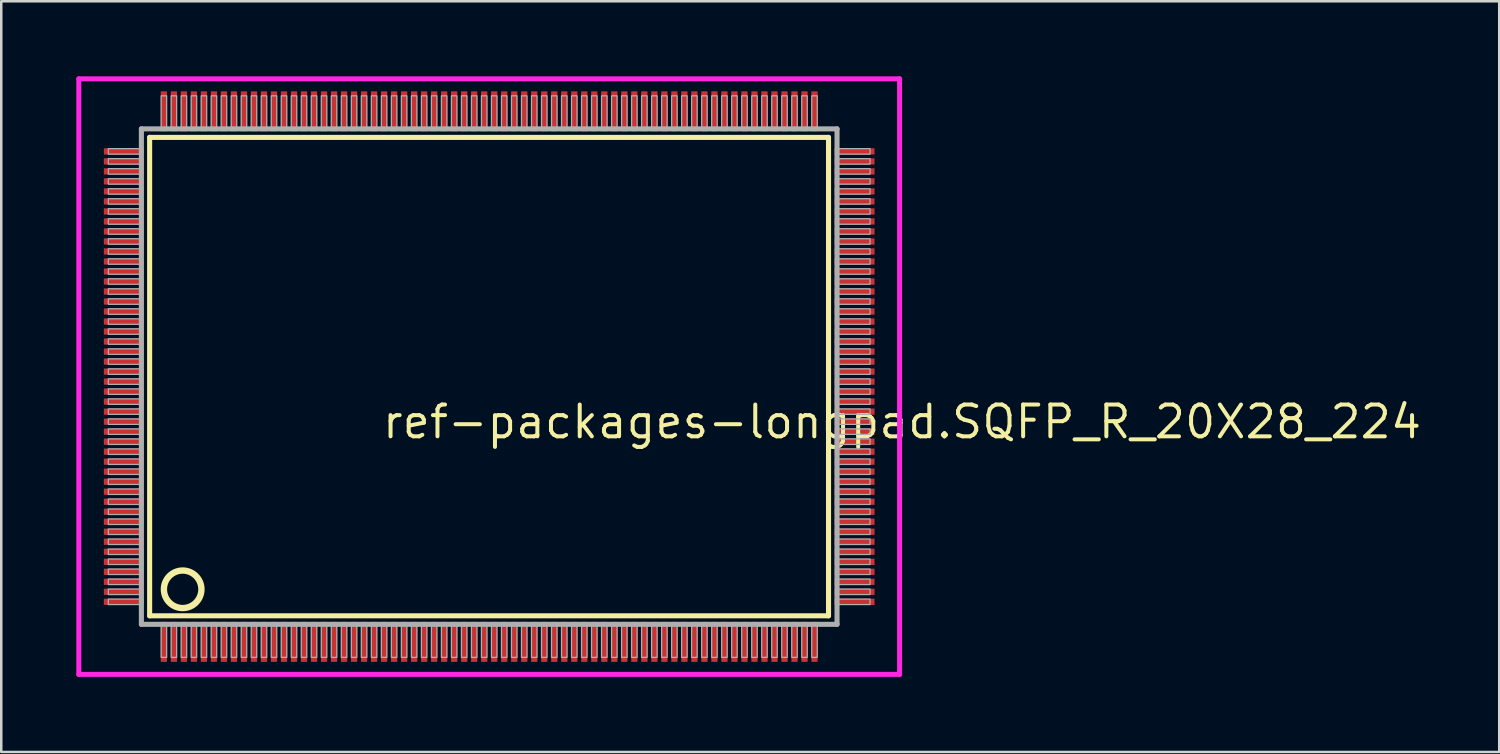
<source format=kicad_pcb>
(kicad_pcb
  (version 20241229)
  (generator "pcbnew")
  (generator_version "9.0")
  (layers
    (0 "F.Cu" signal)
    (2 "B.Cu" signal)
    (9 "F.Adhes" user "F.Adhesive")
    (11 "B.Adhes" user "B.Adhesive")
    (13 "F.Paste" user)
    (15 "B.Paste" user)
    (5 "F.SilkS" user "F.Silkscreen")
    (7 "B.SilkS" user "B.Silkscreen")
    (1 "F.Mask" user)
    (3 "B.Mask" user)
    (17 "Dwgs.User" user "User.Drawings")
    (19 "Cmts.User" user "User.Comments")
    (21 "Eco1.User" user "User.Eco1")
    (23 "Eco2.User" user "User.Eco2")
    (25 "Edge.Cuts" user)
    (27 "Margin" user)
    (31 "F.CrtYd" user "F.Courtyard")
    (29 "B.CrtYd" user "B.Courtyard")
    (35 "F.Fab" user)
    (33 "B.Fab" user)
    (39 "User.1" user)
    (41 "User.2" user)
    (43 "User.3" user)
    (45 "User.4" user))
  (footprint "ref-packages-longpad.SQFP_R_20X28_224"
    (layer "F.Cu")
    (at 16.5 12)
    (property "Reference" "ref-packages-longpad.SQFP_R_20X28_224" (at -4.35 2.55 0) (layer "F.SilkS") (effects (font (size 1.27 1.27) (thickness 0.16)) (justify left bottom)))
    (attr smd)
    (fp_line (start -13.57 -9.56) (end 13.56 -9.56) (stroke (width 0.203) (type default)) (layer "F.SilkS"))
    (fp_line (start -13.57 9.56) (end -13.57 -9.56) (stroke (width 0.203) (type default)) (layer "F.SilkS"))
    (fp_line (start 13.56 -9.56) (end 13.56 9.56) (stroke (width 0.203) (type default)) (layer "F.SilkS"))
    (fp_line (start 13.56 9.56) (end -13.57 9.56) (stroke (width 0.203) (type default)) (layer "F.SilkS"))
    (fp_circle (center -12.25 8.5) (end -11.5 8.5) (stroke (width 0.254) (type default)) (fill no) (layer "F.SilkS"))
    (fp_line (start -16.4 -11.9) (end 16.4 -11.9) (stroke (width 0.2) (type default)) (layer "F.CrtYd"))
    (fp_line (start -16.4 11.9) (end -16.4 -11.9) (stroke (width 0.2) (type default)) (layer "F.CrtYd"))
    (fp_line (start 16.4 -11.9) (end 16.4 11.9) (stroke (width 0.2) (type default)) (layer "F.CrtYd"))
    (fp_line (start 16.4 11.9) (end -16.4 11.9) (stroke (width 0.2) (type default)) (layer "F.CrtYd"))
    (fp_line (start -13.9 -9.9) (end -13.9 9.9) (stroke (width 0.203) (type default)) (layer "F.Fab"))
    (fp_line (start -13.9 9.9) (end 13.9 9.9) (stroke (width 0.203) (type default)) (layer "F.Fab"))
    (fp_line (start 13.9 -9.9) (end -13.9 -9.9) (stroke (width 0.203) (type default)) (layer "F.Fab"))
    (fp_line (start 13.9 9.9) (end 13.9 -9.9) (stroke (width 0.203) (type default)) (layer "F.Fab"))
    (fp_rect (start -15.22 -8.89) (end -13.95 -9.11) (stroke (width 0.05) (type default)) (fill no) (layer "F.Fab"))
    (fp_rect (start -15.22 -8.49) (end -13.95 -8.71) (stroke (width 0.05) (type default)) (fill no) (layer "F.Fab"))
    (fp_rect (start -15.22 -8.09) (end -13.95 -8.31) (stroke (width 0.05) (type default)) (fill no) (layer "F.Fab"))
    (fp_rect (start -15.22 -7.69) (end -13.95 -7.91) (stroke (width 0.05) (type default)) (fill no) (layer "F.Fab"))
    (fp_rect (start -15.22 -7.29) (end -13.95 -7.51) (stroke (width 0.05) (type default)) (fill no) (layer "F.Fab"))
    (fp_rect (start -15.22 -6.89) (end -13.95 -7.11) (stroke (width 0.05) (type default)) (fill no) (layer "F.Fab"))
    (fp_rect (start -15.22 -6.49) (end -13.95 -6.71) (stroke (width 0.05) (type default)) (fill no) (layer "F.Fab"))
    (fp_rect (start -15.22 -6.09) (end -13.95 -6.31) (stroke (width 0.05) (type default)) (fill no) (layer "F.Fab"))
    (fp_rect (start -15.22 -5.69) (end -13.95 -5.91) (stroke (width 0.05) (type default)) (fill no) (layer "F.Fab"))
    (fp_rect (start -15.22 -5.29) (end -13.95 -5.51) (stroke (width 0.05) (type default)) (fill no) (layer "F.Fab"))
    (fp_rect (start -15.22 -4.89) (end -13.95 -5.11) (stroke (width 0.05) (type default)) (fill no) (layer "F.Fab"))
    (fp_rect (start -15.22 -4.49) (end -13.95 -4.71) (stroke (width 0.05) (type default)) (fill no) (layer "F.Fab"))
    (fp_rect (start -15.22 -4.09) (end -13.95 -4.31) (stroke (width 0.05) (type default)) (fill no) (layer "F.Fab"))
    (fp_rect (start -15.22 -3.69) (end -13.95 -3.91) (stroke (width 0.05) (type default)) (fill no) (layer "F.Fab"))
    (fp_rect (start -15.22 -3.29) (end -13.95 -3.51) (stroke (width 0.05) (type default)) (fill no) (layer "F.Fab"))
    (fp_rect (start -15.22 -2.89) (end -13.95 -3.11) (stroke (width 0.05) (type default)) (fill no) (layer "F.Fab"))
    (fp_rect (start -15.22 -2.49) (end -13.95 -2.71) (stroke (width 0.05) (type default)) (fill no) (layer "F.Fab"))
    (fp_rect (start -15.22 -2.09) (end -13.95 -2.31) (stroke (width 0.05) (type default)) (fill no) (layer "F.Fab"))
    (fp_rect (start -15.22 -1.69) (end -13.95 -1.91) (stroke (width 0.05) (type default)) (fill no) (layer "F.Fab"))
    (fp_rect (start -15.22 -1.29) (end -13.95 -1.51) (stroke (width 0.05) (type default)) (fill no) (layer "F.Fab"))
    (fp_rect (start -15.22 -0.89) (end -13.95 -1.11) (stroke (width 0.05) (type default)) (fill no) (layer "F.Fab"))
    (fp_rect (start -15.22 -0.49) (end -13.95 -0.71) (stroke (width 0.05) (type default)) (fill no) (layer "F.Fab"))
    (fp_rect (start -15.22 -0.09) (end -13.95 -0.31) (stroke (width 0.05) (type default)) (fill no) (layer "F.Fab"))
    (fp_rect (start -15.22 0.31) (end -13.95 0.09) (stroke (width 0.05) (type default)) (fill no) (layer "F.Fab"))
    (fp_rect (start -15.22 0.71) (end -13.95 0.49) (stroke (width 0.05) (type default)) (fill no) (layer "F.Fab"))
    (fp_rect (start -15.22 1.11) (end -13.95 0.89) (stroke (width 0.05) (type default)) (fill no) (layer "F.Fab"))
    (fp_rect (start -15.22 1.51) (end -13.95 1.29) (stroke (width 0.05) (type default)) (fill no) (layer "F.Fab"))
    (fp_rect (start -15.22 1.91) (end -13.95 1.69) (stroke (width 0.05) (type default)) (fill no) (layer "F.Fab"))
    (fp_rect (start -15.22 2.31) (end -13.95 2.09) (stroke (width 0.05) (type default)) (fill no) (layer "F.Fab"))
    (fp_rect (start -15.22 2.71) (end -13.95 2.49) (stroke (width 0.05) (type default)) (fill no) (layer "F.Fab"))
    (fp_rect (start -15.22 3.11) (end -13.95 2.89) (stroke (width 0.05) (type default)) (fill no) (layer "F.Fab"))
    (fp_rect (start -15.22 3.51) (end -13.95 3.29) (stroke (width 0.05) (type default)) (fill no) (layer "F.Fab"))
    (fp_rect (start -15.22 3.91) (end -13.95 3.69) (stroke (width 0.05) (type default)) (fill no) (layer "F.Fab"))
    (fp_rect (start -15.22 4.31) (end -13.95 4.09) (stroke (width 0.05) (type default)) (fill no) (layer "F.Fab"))
    (fp_rect (start -15.22 4.71) (end -13.95 4.49) (stroke (width 0.05) (type default)) (fill no) (layer "F.Fab"))
    (fp_rect (start -15.22 5.11) (end -13.95 4.89) (stroke (width 0.05) (type default)) (fill no) (layer "F.Fab"))
    (fp_rect (start -15.22 5.51) (end -13.95 5.29) (stroke (width 0.05) (type default)) (fill no) (layer "F.Fab"))
    (fp_rect (start -15.22 5.91) (end -13.95 5.69) (stroke (width 0.05) (type default)) (fill no) (layer "F.Fab"))
    (fp_rect (start -15.22 6.31) (end -13.95 6.09) (stroke (width 0.05) (type default)) (fill no) (layer "F.Fab"))
    (fp_rect (start -15.22 6.71) (end -13.95 6.49) (stroke (width 0.05) (type default)) (fill no) (layer "F.Fab"))
    (fp_rect (start -15.22 7.11) (end -13.95 6.89) (stroke (width 0.05) (type default)) (fill no) (layer "F.Fab"))
    (fp_rect (start -15.22 7.51) (end -13.95 7.29) (stroke (width 0.05) (type default)) (fill no) (layer "F.Fab"))
    (fp_rect (start -15.22 7.91) (end -13.95 7.69) (stroke (width 0.05) (type default)) (fill no) (layer "F.Fab"))
    (fp_rect (start -15.22 8.31) (end -13.95 8.09) (stroke (width 0.05) (type default)) (fill no) (layer "F.Fab"))
    (fp_rect (start -15.22 8.71) (end -13.95 8.49) (stroke (width 0.05) (type default)) (fill no) (layer "F.Fab"))
    (fp_rect (start -15.22 9.11) (end -13.95 8.89) (stroke (width 0.05) (type default)) (fill no) (layer "F.Fab"))
    (fp_rect (start -13.11 -9.93) (end -12.89 -11.22) (stroke (width 0.05) (type default)) (fill no) (layer "F.Fab"))
    (fp_rect (start -13.11 11.22) (end -12.89 9.93) (stroke (width 0.05) (type default)) (fill no) (layer "F.Fab"))
    (fp_rect (start -12.71 -9.93) (end -12.49 -11.22) (stroke (width 0.05) (type default)) (fill no) (layer "F.Fab"))
    (fp_rect (start -12.71 11.22) (end -12.49 9.93) (stroke (width 0.05) (type default)) (fill no) (layer "F.Fab"))
    (fp_rect (start -12.31 -9.93) (end -12.09 -11.22) (stroke (width 0.05) (type default)) (fill no) (layer "F.Fab"))
    (fp_rect (start -12.31 11.22) (end -12.09 9.93) (stroke (width 0.05) (type default)) (fill no) (layer "F.Fab"))
    (fp_rect (start -11.91 -9.93) (end -11.69 -11.22) (stroke (width 0.05) (type default)) (fill no) (layer "F.Fab"))
    (fp_rect (start -11.91 11.22) (end -11.69 9.93) (stroke (width 0.05) (type default)) (fill no) (layer "F.Fab"))
    (fp_rect (start -11.51 -9.93) (end -11.29 -11.22) (stroke (width 0.05) (type default)) (fill no) (layer "F.Fab"))
    (fp_rect (start -11.51 11.22) (end -11.29 9.93) (stroke (width 0.05) (type default)) (fill no) (layer "F.Fab"))
    (fp_rect (start -11.11 -9.93) (end -10.89 -11.22) (stroke (width 0.05) (type default)) (fill no) (layer "F.Fab"))
    (fp_rect (start -11.11 11.22) (end -10.89 9.93) (stroke (width 0.05) (type default)) (fill no) (layer "F.Fab"))
    (fp_rect (start -10.71 -9.93) (end -10.49 -11.22) (stroke (width 0.05) (type default)) (fill no) (layer "F.Fab"))
    (fp_rect (start -10.71 11.22) (end -10.49 9.93) (stroke (width 0.05) (type default)) (fill no) (layer "F.Fab"))
    (fp_rect (start -10.31 -9.93) (end -10.09 -11.22) (stroke (width 0.05) (type default)) (fill no) (layer "F.Fab"))
    (fp_rect (start -10.31 11.22) (end -10.09 9.93) (stroke (width 0.05) (type default)) (fill no) (layer "F.Fab"))
    (fp_rect (start -9.91 -9.93) (end -9.69 -11.22) (stroke (width 0.05) (type default)) (fill no) (layer "F.Fab"))
    (fp_rect (start -9.91 11.22) (end -9.69 9.93) (stroke (width 0.05) (type default)) (fill no) (layer "F.Fab"))
    (fp_rect (start -9.51 -9.93) (end -9.29 -11.22) (stroke (width 0.05) (type default)) (fill no) (layer "F.Fab"))
    (fp_rect (start -9.51 11.22) (end -9.29 9.93) (stroke (width 0.05) (type default)) (fill no) (layer "F.Fab"))
    (fp_rect (start -9.11 -9.93) (end -8.89 -11.22) (stroke (width 0.05) (type default)) (fill no) (layer "F.Fab"))
    (fp_rect (start -9.11 11.22) (end -8.89 9.93) (stroke (width 0.05) (type default)) (fill no) (layer "F.Fab"))
    (fp_rect (start -8.71 -9.93) (end -8.49 -11.22) (stroke (width 0.05) (type default)) (fill no) (layer "F.Fab"))
    (fp_rect (start -8.71 11.22) (end -8.49 9.93) (stroke (width 0.05) (type default)) (fill no) (layer "F.Fab"))
    (fp_rect (start -8.31 -9.93) (end -8.09 -11.22) (stroke (width 0.05) (type default)) (fill no) (layer "F.Fab"))
    (fp_rect (start -8.31 11.22) (end -8.09 9.93) (stroke (width 0.05) (type default)) (fill no) (layer "F.Fab"))
    (fp_rect (start -7.91 -9.93) (end -7.69 -11.22) (stroke (width 0.05) (type default)) (fill no) (layer "F.Fab"))
    (fp_rect (start -7.91 11.22) (end -7.69 9.93) (stroke (width 0.05) (type default)) (fill no) (layer "F.Fab"))
    (fp_rect (start -7.51 -9.93) (end -7.29 -11.22) (stroke (width 0.05) (type default)) (fill no) (layer "F.Fab"))
    (fp_rect (start -7.51 11.22) (end -7.29 9.93) (stroke (width 0.05) (type default)) (fill no) (layer "F.Fab"))
    (fp_rect (start -7.11 -9.93) (end -6.89 -11.22) (stroke (width 0.05) (type default)) (fill no) (layer "F.Fab"))
    (fp_rect (start -7.11 11.22) (end -6.89 9.93) (stroke (width 0.05) (type default)) (fill no) (layer "F.Fab"))
    (fp_rect (start -6.71 -9.93) (end -6.49 -11.22) (stroke (width 0.05) (type default)) (fill no) (layer "F.Fab"))
    (fp_rect (start -6.71 11.22) (end -6.49 9.93) (stroke (width 0.05) (type default)) (fill no) (layer "F.Fab"))
    (fp_rect (start -6.31 -9.93) (end -6.09 -11.22) (stroke (width 0.05) (type default)) (fill no) (layer "F.Fab"))
    (fp_rect (start -6.31 11.22) (end -6.09 9.93) (stroke (width 0.05) (type default)) (fill no) (layer "F.Fab"))
    (fp_rect (start -5.91 -9.93) (end -5.69 -11.22) (stroke (width 0.05) (type default)) (fill no) (layer "F.Fab"))
    (fp_rect (start -5.91 11.22) (end -5.69 9.93) (stroke (width 0.05) (type default)) (fill no) (layer "F.Fab"))
    (fp_rect (start -5.51 -9.93) (end -5.29 -11.22) (stroke (width 0.05) (type default)) (fill no) (layer "F.Fab"))
    (fp_rect (start -5.51 11.22) (end -5.29 9.93) (stroke (width 0.05) (type default)) (fill no) (layer "F.Fab"))
    (fp_rect (start -5.11 -9.93) (end -4.89 -11.22) (stroke (width 0.05) (type default)) (fill no) (layer "F.Fab"))
    (fp_rect (start -5.11 11.22) (end -4.89 9.93) (stroke (width 0.05) (type default)) (fill no) (layer "F.Fab"))
    (fp_rect (start -4.71 -9.93) (end -4.49 -11.22) (stroke (width 0.05) (type default)) (fill no) (layer "F.Fab"))
    (fp_rect (start -4.71 11.22) (end -4.49 9.93) (stroke (width 0.05) (type default)) (fill no) (layer "F.Fab"))
    (fp_rect (start -4.31 -9.93) (end -4.09 -11.22) (stroke (width 0.05) (type default)) (fill no) (layer "F.Fab"))
    (fp_rect (start -4.31 11.22) (end -4.09 9.93) (stroke (width 0.05) (type default)) (fill no) (layer "F.Fab"))
    (fp_rect (start -3.91 -9.93) (end -3.69 -11.22) (stroke (width 0.05) (type default)) (fill no) (layer "F.Fab"))
    (fp_rect (start -3.91 11.22) (end -3.69 9.93) (stroke (width 0.05) (type default)) (fill no) (layer "F.Fab"))
    (fp_rect (start -3.51 -9.93) (end -3.29 -11.22) (stroke (width 0.05) (type default)) (fill no) (layer "F.Fab"))
    (fp_rect (start -3.51 11.22) (end -3.29 9.93) (stroke (width 0.05) (type default)) (fill no) (layer "F.Fab"))
    (fp_rect (start -3.11 -9.93) (end -2.89 -11.22) (stroke (width 0.05) (type default)) (fill no) (layer "F.Fab"))
    (fp_rect (start -3.11 11.22) (end -2.89 9.93) (stroke (width 0.05) (type default)) (fill no) (layer "F.Fab"))
    (fp_rect (start -2.71 -9.93) (end -2.49 -11.22) (stroke (width 0.05) (type default)) (fill no) (layer "F.Fab"))
    (fp_rect (start -2.71 11.22) (end -2.49 9.93) (stroke (width 0.05) (type default)) (fill no) (layer "F.Fab"))
    (fp_rect (start -2.31 -9.93) (end -2.09 -11.22) (stroke (width 0.05) (type default)) (fill no) (layer "F.Fab"))
    (fp_rect (start -2.31 11.22) (end -2.09 9.93) (stroke (width 0.05) (type default)) (fill no) (layer "F.Fab"))
    (fp_rect (start -1.91 -9.93) (end -1.69 -11.22) (stroke (width 0.05) (type default)) (fill no) (layer "F.Fab"))
    (fp_rect (start -1.91 11.22) (end -1.69 9.93) (stroke (width 0.05) (type default)) (fill no) (layer "F.Fab"))
    (fp_rect (start -1.51 -9.93) (end -1.29 -11.22) (stroke (width 0.05) (type default)) (fill no) (layer "F.Fab"))
    (fp_rect (start -1.51 11.22) (end -1.29 9.93) (stroke (width 0.05) (type default)) (fill no) (layer "F.Fab"))
    (fp_rect (start -1.11 -9.93) (end -0.89 -11.22) (stroke (width 0.05) (type default)) (fill no) (layer "F.Fab"))
    (fp_rect (start -1.11 11.22) (end -0.89 9.93) (stroke (width 0.05) (type default)) (fill no) (layer "F.Fab"))
    (fp_rect (start -0.71 -9.93) (end -0.49 -11.22) (stroke (width 0.05) (type default)) (fill no) (layer "F.Fab"))
    (fp_rect (start -0.71 11.22) (end -0.49 9.93) (stroke (width 0.05) (type default)) (fill no) (layer "F.Fab"))
    (fp_rect (start -0.31 -9.93) (end -0.09 -11.22) (stroke (width 0.05) (type default)) (fill no) (layer "F.Fab"))
    (fp_rect (start -0.31 11.22) (end -0.09 9.93) (stroke (width 0.05) (type default)) (fill no) (layer "F.Fab"))
    (fp_rect (start 0.09 -9.93) (end 0.31 -11.22) (stroke (width 0.05) (type default)) (fill no) (layer "F.Fab"))
    (fp_rect (start 0.09 11.22) (end 0.31 9.93) (stroke (width 0.05) (type default)) (fill no) (layer "F.Fab"))
    (fp_rect (start 0.49 -9.93) (end 0.71 -11.22) (stroke (width 0.05) (type default)) (fill no) (layer "F.Fab"))
    (fp_rect (start 0.49 11.22) (end 0.71 9.93) (stroke (width 0.05) (type default)) (fill no) (layer "F.Fab"))
    (fp_rect (start 0.89 -9.93) (end 1.11 -11.22) (stroke (width 0.05) (type default)) (fill no) (layer "F.Fab"))
    (fp_rect (start 0.89 11.22) (end 1.11 9.93) (stroke (width 0.05) (type default)) (fill no) (layer "F.Fab"))
    (fp_rect (start 1.29 -9.93) (end 1.51 -11.22) (stroke (width 0.05) (type default)) (fill no) (layer "F.Fab"))
    (fp_rect (start 1.29 11.22) (end 1.51 9.93) (stroke (width 0.05) (type default)) (fill no) (layer "F.Fab"))
    (fp_rect (start 1.69 -9.93) (end 1.91 -11.22) (stroke (width 0.05) (type default)) (fill no) (layer "F.Fab"))
    (fp_rect (start 1.69 11.22) (end 1.91 9.93) (stroke (width 0.05) (type default)) (fill no) (layer "F.Fab"))
    (fp_rect (start 2.09 -9.93) (end 2.31 -11.22) (stroke (width 0.05) (type default)) (fill no) (layer "F.Fab"))
    (fp_rect (start 2.09 11.22) (end 2.31 9.93) (stroke (width 0.05) (type default)) (fill no) (layer "F.Fab"))
    (fp_rect (start 2.49 -9.93) (end 2.71 -11.22) (stroke (width 0.05) (type default)) (fill no) (layer "F.Fab"))
    (fp_rect (start 2.49 11.22) (end 2.71 9.93) (stroke (width 0.05) (type default)) (fill no) (layer "F.Fab"))
    (fp_rect (start 2.89 -9.93) (end 3.11 -11.22) (stroke (width 0.05) (type default)) (fill no) (layer "F.Fab"))
    (fp_rect (start 2.89 11.22) (end 3.11 9.93) (stroke (width 0.05) (type default)) (fill no) (layer "F.Fab"))
    (fp_rect (start 3.29 -9.93) (end 3.51 -11.22) (stroke (width 0.05) (type default)) (fill no) (layer "F.Fab"))
    (fp_rect (start 3.29 11.22) (end 3.51 9.93) (stroke (width 0.05) (type default)) (fill no) (layer "F.Fab"))
    (fp_rect (start 3.69 -9.93) (end 3.91 -11.22) (stroke (width 0.05) (type default)) (fill no) (layer "F.Fab"))
    (fp_rect (start 3.69 11.22) (end 3.91 9.93) (stroke (width 0.05) (type default)) (fill no) (layer "F.Fab"))
    (fp_rect (start 4.09 -9.93) (end 4.31 -11.22) (stroke (width 0.05) (type default)) (fill no) (layer "F.Fab"))
    (fp_rect (start 4.09 11.22) (end 4.31 9.93) (stroke (width 0.05) (type default)) (fill no) (layer "F.Fab"))
    (fp_rect (start 4.49 -9.93) (end 4.71 -11.22) (stroke (width 0.05) (type default)) (fill no) (layer "F.Fab"))
    (fp_rect (start 4.49 11.22) (end 4.71 9.93) (stroke (width 0.05) (type default)) (fill no) (layer "F.Fab"))
    (fp_rect (start 4.89 -9.93) (end 5.11 -11.22) (stroke (width 0.05) (type default)) (fill no) (layer "F.Fab"))
    (fp_rect (start 4.89 11.22) (end 5.11 9.93) (stroke (width 0.05) (type default)) (fill no) (layer "F.Fab"))
    (fp_rect (start 5.29 -9.93) (end 5.51 -11.22) (stroke (width 0.05) (type default)) (fill no) (layer "F.Fab"))
    (fp_rect (start 5.29 11.22) (end 5.51 9.93) (stroke (width 0.05) (type default)) (fill no) (layer "F.Fab"))
    (fp_rect (start 5.69 -9.93) (end 5.91 -11.22) (stroke (width 0.05) (type default)) (fill no) (layer "F.Fab"))
    (fp_rect (start 5.69 11.22) (end 5.91 9.93) (stroke (width 0.05) (type default)) (fill no) (layer "F.Fab"))
    (fp_rect (start 6.09 -9.93) (end 6.31 -11.22) (stroke (width 0.05) (type default)) (fill no) (layer "F.Fab"))
    (fp_rect (start 6.09 11.22) (end 6.31 9.93) (stroke (width 0.05) (type default)) (fill no) (layer "F.Fab"))
    (fp_rect (start 6.49 -9.93) (end 6.71 -11.22) (stroke (width 0.05) (type default)) (fill no) (layer "F.Fab"))
    (fp_rect (start 6.49 11.22) (end 6.71 9.93) (stroke (width 0.05) (type default)) (fill no) (layer "F.Fab"))
    (fp_rect (start 6.89 -9.93) (end 7.11 -11.22) (stroke (width 0.05) (type default)) (fill no) (layer "F.Fab"))
    (fp_rect (start 6.89 11.22) (end 7.11 9.93) (stroke (width 0.05) (type default)) (fill no) (layer "F.Fab"))
    (fp_rect (start 7.29 -9.93) (end 7.51 -11.22) (stroke (width 0.05) (type default)) (fill no) (layer "F.Fab"))
    (fp_rect (start 7.29 11.22) (end 7.51 9.93) (stroke (width 0.05) (type default)) (fill no) (layer "F.Fab"))
    (fp_rect (start 7.69 -9.93) (end 7.91 -11.22) (stroke (width 0.05) (type default)) (fill no) (layer "F.Fab"))
    (fp_rect (start 7.69 11.22) (end 7.91 9.93) (stroke (width 0.05) (type default)) (fill no) (layer "F.Fab"))
    (fp_rect (start 8.09 -9.93) (end 8.31 -11.22) (stroke (width 0.05) (type default)) (fill no) (layer "F.Fab"))
    (fp_rect (start 8.09 11.22) (end 8.31 9.93) (stroke (width 0.05) (type default)) (fill no) (layer "F.Fab"))
    (fp_rect (start 8.49 -9.93) (end 8.71 -11.22) (stroke (width 0.05) (type default)) (fill no) (layer "F.Fab"))
    (fp_rect (start 8.49 11.22) (end 8.71 9.93) (stroke (width 0.05) (type default)) (fill no) (layer "F.Fab"))
    (fp_rect (start 8.89 -9.93) (end 9.11 -11.22) (stroke (width 0.05) (type default)) (fill no) (layer "F.Fab"))
    (fp_rect (start 8.89 11.22) (end 9.11 9.93) (stroke (width 0.05) (type default)) (fill no) (layer "F.Fab"))
    (fp_rect (start 9.29 -9.93) (end 9.51 -11.22) (stroke (width 0.05) (type default)) (fill no) (layer "F.Fab"))
    (fp_rect (start 9.29 11.22) (end 9.51 9.93) (stroke (width 0.05) (type default)) (fill no) (layer "F.Fab"))
    (fp_rect (start 9.69 -9.93) (end 9.91 -11.22) (stroke (width 0.05) (type default)) (fill no) (layer "F.Fab"))
    (fp_rect (start 9.69 11.22) (end 9.91 9.93) (stroke (width 0.05) (type default)) (fill no) (layer "F.Fab"))
    (fp_rect (start 10.09 -9.93) (end 10.31 -11.22) (stroke (width 0.05) (type default)) (fill no) (layer "F.Fab"))
    (fp_rect (start 10.09 11.22) (end 10.31 9.93) (stroke (width 0.05) (type default)) (fill no) (layer "F.Fab"))
    (fp_rect (start 10.49 -9.93) (end 10.71 -11.22) (stroke (width 0.05) (type default)) (fill no) (layer "F.Fab"))
    (fp_rect (start 10.49 11.22) (end 10.71 9.93) (stroke (width 0.05) (type default)) (fill no) (layer "F.Fab"))
    (fp_rect (start 10.89 -9.93) (end 11.11 -11.22) (stroke (width 0.05) (type default)) (fill no) (layer "F.Fab"))
    (fp_rect (start 10.89 11.22) (end 11.11 9.93) (stroke (width 0.05) (type default)) (fill no) (layer "F.Fab"))
    (fp_rect (start 11.29 -9.93) (end 11.51 -11.22) (stroke (width 0.05) (type default)) (fill no) (layer "F.Fab"))
    (fp_rect (start 11.29 11.22) (end 11.51 9.93) (stroke (width 0.05) (type default)) (fill no) (layer "F.Fab"))
    (fp_rect (start 11.69 -9.93) (end 11.91 -11.22) (stroke (width 0.05) (type default)) (fill no) (layer "F.Fab"))
    (fp_rect (start 11.69 11.22) (end 11.91 9.93) (stroke (width 0.05) (type default)) (fill no) (layer "F.Fab"))
    (fp_rect (start 12.09 -9.93) (end 12.31 -11.22) (stroke (width 0.05) (type default)) (fill no) (layer "F.Fab"))
    (fp_rect (start 12.09 11.22) (end 12.31 9.93) (stroke (width 0.05) (type default)) (fill no) (layer "F.Fab"))
    (fp_rect (start 12.49 -9.93) (end 12.71 -11.22) (stroke (width 0.05) (type default)) (fill no) (layer "F.Fab"))
    (fp_rect (start 12.49 11.22) (end 12.71 9.93) (stroke (width 0.05) (type default)) (fill no) (layer "F.Fab"))
    (fp_rect (start 12.89 -9.93) (end 13.11 -11.22) (stroke (width 0.05) (type default)) (fill no) (layer "F.Fab"))
    (fp_rect (start 12.89 11.22) (end 13.11 9.93) (stroke (width 0.05) (type default)) (fill no) (layer "F.Fab"))
    (fp_rect (start 13.95 -8.89) (end 15.22 -9.11) (stroke (width 0.05) (type default)) (fill no) (layer "F.Fab"))
    (fp_rect (start 13.95 -8.49) (end 15.22 -8.71) (stroke (width 0.05) (type default)) (fill no) (layer "F.Fab"))
    (fp_rect (start 13.95 -8.09) (end 15.22 -8.31) (stroke (width 0.05) (type default)) (fill no) (layer "F.Fab"))
    (fp_rect (start 13.95 -7.69) (end 15.22 -7.91) (stroke (width 0.05) (type default)) (fill no) (layer "F.Fab"))
    (fp_rect (start 13.95 -7.29) (end 15.22 -7.51) (stroke (width 0.05) (type default)) (fill no) (layer "F.Fab"))
    (fp_rect (start 13.95 -6.89) (end 15.22 -7.11) (stroke (width 0.05) (type default)) (fill no) (layer "F.Fab"))
    (fp_rect (start 13.95 -6.49) (end 15.22 -6.71) (stroke (width 0.05) (type default)) (fill no) (layer "F.Fab"))
    (fp_rect (start 13.95 -6.09) (end 15.22 -6.31) (stroke (width 0.05) (type default)) (fill no) (layer "F.Fab"))
    (fp_rect (start 13.95 -5.69) (end 15.22 -5.91) (stroke (width 0.05) (type default)) (fill no) (layer "F.Fab"))
    (fp_rect (start 13.95 -5.29) (end 15.22 -5.51) (stroke (width 0.05) (type default)) (fill no) (layer "F.Fab"))
    (fp_rect (start 13.95 -4.89) (end 15.22 -5.11) (stroke (width 0.05) (type default)) (fill no) (layer "F.Fab"))
    (fp_rect (start 13.95 -4.49) (end 15.22 -4.71) (stroke (width 0.05) (type default)) (fill no) (layer "F.Fab"))
    (fp_rect (start 13.95 -4.09) (end 15.22 -4.31) (stroke (width 0.05) (type default)) (fill no) (layer "F.Fab"))
    (fp_rect (start 13.95 -3.69) (end 15.22 -3.91) (stroke (width 0.05) (type default)) (fill no) (layer "F.Fab"))
    (fp_rect (start 13.95 -3.29) (end 15.22 -3.51) (stroke (width 0.05) (type default)) (fill no) (layer "F.Fab"))
    (fp_rect (start 13.95 -2.89) (end 15.22 -3.11) (stroke (width 0.05) (type default)) (fill no) (layer "F.Fab"))
    (fp_rect (start 13.95 -2.49) (end 15.22 -2.71) (stroke (width 0.05) (type default)) (fill no) (layer "F.Fab"))
    (fp_rect (start 13.95 -2.09) (end 15.22 -2.31) (stroke (width 0.05) (type default)) (fill no) (layer "F.Fab"))
    (fp_rect (start 13.95 -1.69) (end 15.22 -1.91) (stroke (width 0.05) (type default)) (fill no) (layer "F.Fab"))
    (fp_rect (start 13.95 -1.29) (end 15.22 -1.51) (stroke (width 0.05) (type default)) (fill no) (layer "F.Fab"))
    (fp_rect (start 13.95 -0.89) (end 15.22 -1.11) (stroke (width 0.05) (type default)) (fill no) (layer "F.Fab"))
    (fp_rect (start 13.95 -0.49) (end 15.22 -0.71) (stroke (width 0.05) (type default)) (fill no) (layer "F.Fab"))
    (fp_rect (start 13.95 -0.09) (end 15.22 -0.31) (stroke (width 0.05) (type default)) (fill no) (layer "F.Fab"))
    (fp_rect (start 13.95 0.31) (end 15.22 0.09) (stroke (width 0.05) (type default)) (fill no) (layer "F.Fab"))
    (fp_rect (start 13.95 0.71) (end 15.22 0.49) (stroke (width 0.05) (type default)) (fill no) (layer "F.Fab"))
    (fp_rect (start 13.95 1.11) (end 15.22 0.89) (stroke (width 0.05) (type default)) (fill no) (layer "F.Fab"))
    (fp_rect (start 13.95 1.51) (end 15.22 1.29) (stroke (width 0.05) (type default)) (fill no) (layer "F.Fab"))
    (fp_rect (start 13.95 1.91) (end 15.22 1.69) (stroke (width 0.05) (type default)) (fill no) (layer "F.Fab"))
    (fp_rect (start 13.95 2.31) (end 15.22 2.09) (stroke (width 0.05) (type default)) (fill no) (layer "F.Fab"))
    (fp_rect (start 13.95 2.71) (end 15.22 2.49) (stroke (width 0.05) (type default)) (fill no) (layer "F.Fab"))
    (fp_rect (start 13.95 3.11) (end 15.22 2.89) (stroke (width 0.05) (type default)) (fill no) (layer "F.Fab"))
    (fp_rect (start 13.95 3.51) (end 15.22 3.29) (stroke (width 0.05) (type default)) (fill no) (layer "F.Fab"))
    (fp_rect (start 13.95 3.91) (end 15.22 3.69) (stroke (width 0.05) (type default)) (fill no) (layer "F.Fab"))
    (fp_rect (start 13.95 4.31) (end 15.22 4.09) (stroke (width 0.05) (type default)) (fill no) (layer "F.Fab"))
    (fp_rect (start 13.95 4.71) (end 15.22 4.49) (stroke (width 0.05) (type default)) (fill no) (layer "F.Fab"))
    (fp_rect (start 13.95 5.11) (end 15.22 4.89) (stroke (width 0.05) (type default)) (fill no) (layer "F.Fab"))
    (fp_rect (start 13.95 5.51) (end 15.22 5.29) (stroke (width 0.05) (type default)) (fill no) (layer "F.Fab"))
    (fp_rect (start 13.95 5.91) (end 15.22 5.69) (stroke (width 0.05) (type default)) (fill no) (layer "F.Fab"))
    (fp_rect (start 13.95 6.31) (end 15.22 6.09) (stroke (width 0.05) (type default)) (fill no) (layer "F.Fab"))
    (fp_rect (start 13.95 6.71) (end 15.22 6.49) (stroke (width 0.05) (type default)) (fill no) (layer "F.Fab"))
    (fp_rect (start 13.95 7.11) (end 15.22 6.89) (stroke (width 0.05) (type default)) (fill no) (layer "F.Fab"))
    (fp_rect (start 13.95 7.51) (end 15.22 7.29) (stroke (width 0.05) (type default)) (fill no) (layer "F.Fab"))
    (fp_rect (start 13.95 7.91) (end 15.22 7.69) (stroke (width 0.05) (type default)) (fill no) (layer "F.Fab"))
    (fp_rect (start 13.95 8.31) (end 15.22 8.09) (stroke (width 0.05) (type default)) (fill no) (layer "F.Fab"))
    (fp_rect (start 13.95 8.71) (end 15.22 8.49) (stroke (width 0.05) (type default)) (fill no) (layer "F.Fab"))
    (fp_rect (start 13.95 9.11) (end 15.22 8.89) (stroke (width 0.05) (type default)) (fill no) (layer "F.Fab"))
    (pad "1" smd roundrect (at -13 10.6) (size 0.25 1.6) (layers "F.Cu" "F.Mask" "F.Paste") (roundrect_rratio 0.01))
    (pad "2" smd roundrect (at -12.6 10.6) (size 0.25 1.6) (layers "F.Cu" "F.Mask" "F.Paste") (roundrect_rratio 0.01))
    (pad "3" smd roundrect (at -12.2 10.6) (size 0.25 1.6) (layers "F.Cu" "F.Mask" "F.Paste") (roundrect_rratio 0.01))
    (pad "4" smd roundrect (at -11.8 10.6) (size 0.25 1.6) (layers "F.Cu" "F.Mask" "F.Paste") (roundrect_rratio 0.01))
    (pad "5" smd roundrect (at -11.4 10.6) (size 0.25 1.6) (layers "F.Cu" "F.Mask" "F.Paste") (roundrect_rratio 0.01))
    (pad "6" smd roundrect (at -11 10.6) (size 0.25 1.6) (layers "F.Cu" "F.Mask" "F.Paste") (roundrect_rratio 0.01))
    (pad "7" smd roundrect (at -10.6 10.6) (size 0.25 1.6) (layers "F.Cu" "F.Mask" "F.Paste") (roundrect_rratio 0.01))
    (pad "8" smd roundrect (at -10.2 10.6) (size 0.25 1.6) (layers "F.Cu" "F.Mask" "F.Paste") (roundrect_rratio 0.01))
    (pad "9" smd roundrect (at -9.8 10.6) (size 0.25 1.6) (layers "F.Cu" "F.Mask" "F.Paste") (roundrect_rratio 0.01))
    (pad "10" smd roundrect (at -9.4 10.6) (size 0.25 1.6) (layers "F.Cu" "F.Mask" "F.Paste") (roundrect_rratio 0.01))
    (pad "11" smd roundrect (at -9 10.6) (size 0.25 1.6) (layers "F.Cu" "F.Mask" "F.Paste") (roundrect_rratio 0.01))
    (pad "12" smd roundrect (at -8.6 10.6) (size 0.25 1.6) (layers "F.Cu" "F.Mask" "F.Paste") (roundrect_rratio 0.01))
    (pad "13" smd roundrect (at -8.2 10.6) (size 0.25 1.6) (layers "F.Cu" "F.Mask" "F.Paste") (roundrect_rratio 0.01))
    (pad "14" smd roundrect (at -7.8 10.6) (size 0.25 1.6) (layers "F.Cu" "F.Mask" "F.Paste") (roundrect_rratio 0.01))
    (pad "15" smd roundrect (at -7.4 10.6) (size 0.25 1.6) (layers "F.Cu" "F.Mask" "F.Paste") (roundrect_rratio 0.01))
    (pad "16" smd roundrect (at -7 10.6) (size 0.25 1.6) (layers "F.Cu" "F.Mask" "F.Paste") (roundrect_rratio 0.01))
    (pad "17" smd roundrect (at -6.6 10.6) (size 0.25 1.6) (layers "F.Cu" "F.Mask" "F.Paste") (roundrect_rratio 0.01))
    (pad "18" smd roundrect (at -6.2 10.6) (size 0.25 1.6) (layers "F.Cu" "F.Mask" "F.Paste") (roundrect_rratio 0.01))
    (pad "19" smd roundrect (at -5.8 10.6) (size 0.25 1.6) (layers "F.Cu" "F.Mask" "F.Paste") (roundrect_rratio 0.01))
    (pad "20" smd roundrect (at -5.4 10.6) (size 0.25 1.6) (layers "F.Cu" "F.Mask" "F.Paste") (roundrect_rratio 0.01))
    (pad "21" smd roundrect (at -5 10.6) (size 0.25 1.6) (layers "F.Cu" "F.Mask" "F.Paste") (roundrect_rratio 0.01))
    (pad "22" smd roundrect (at -4.6 10.6) (size 0.25 1.6) (layers "F.Cu" "F.Mask" "F.Paste") (roundrect_rratio 0.01))
    (pad "23" smd roundrect (at -4.2 10.6) (size 0.25 1.6) (layers "F.Cu" "F.Mask" "F.Paste") (roundrect_rratio 0.01))
    (pad "24" smd roundrect (at -3.8 10.6) (size 0.25 1.6) (layers "F.Cu" "F.Mask" "F.Paste") (roundrect_rratio 0.01))
    (pad "25" smd roundrect (at -3.4 10.6) (size 0.25 1.6) (layers "F.Cu" "F.Mask" "F.Paste") (roundrect_rratio 0.01))
    (pad "26" smd roundrect (at -3 10.6) (size 0.25 1.6) (layers "F.Cu" "F.Mask" "F.Paste") (roundrect_rratio 0.01))
    (pad "27" smd roundrect (at -2.6 10.6) (size 0.25 1.6) (layers "F.Cu" "F.Mask" "F.Paste") (roundrect_rratio 0.01))
    (pad "28" smd roundrect (at -2.2 10.6) (size 0.25 1.6) (layers "F.Cu" "F.Mask" "F.Paste") (roundrect_rratio 0.01))
    (pad "29" smd roundrect (at -1.8 10.6) (size 0.25 1.6) (layers "F.Cu" "F.Mask" "F.Paste") (roundrect_rratio 0.01))
    (pad "30" smd roundrect (at -1.4 10.6) (size 0.25 1.6) (layers "F.Cu" "F.Mask" "F.Paste") (roundrect_rratio 0.01))
    (pad "31" smd roundrect (at -1 10.6) (size 0.25 1.6) (layers "F.Cu" "F.Mask" "F.Paste") (roundrect_rratio 0.01))
    (pad "32" smd roundrect (at -0.6 10.6) (size 0.25 1.6) (layers "F.Cu" "F.Mask" "F.Paste") (roundrect_rratio 0.01))
    (pad "33" smd roundrect (at -0.2 10.6) (size 0.25 1.6) (layers "F.Cu" "F.Mask" "F.Paste") (roundrect_rratio 0.01))
    (pad "34" smd roundrect (at 0.2 10.6) (size 0.25 1.6) (layers "F.Cu" "F.Mask" "F.Paste") (roundrect_rratio 0.01))
    (pad "35" smd roundrect (at 0.6 10.6) (size 0.25 1.6) (layers "F.Cu" "F.Mask" "F.Paste") (roundrect_rratio 0.01))
    (pad "36" smd roundrect (at 1 10.6) (size 0.25 1.6) (layers "F.Cu" "F.Mask" "F.Paste") (roundrect_rratio 0.01))
    (pad "37" smd roundrect (at 1.4 10.6) (size 0.25 1.6) (layers "F.Cu" "F.Mask" "F.Paste") (roundrect_rratio 0.01))
    (pad "38" smd roundrect (at 1.8 10.6) (size 0.25 1.6) (layers "F.Cu" "F.Mask" "F.Paste") (roundrect_rratio 0.01))
    (pad "39" smd roundrect (at 2.2 10.6) (size 0.25 1.6) (layers "F.Cu" "F.Mask" "F.Paste") (roundrect_rratio 0.01))
    (pad "40" smd roundrect (at 2.6 10.6) (size 0.25 1.6) (layers "F.Cu" "F.Mask" "F.Paste") (roundrect_rratio 0.01))
    (pad "41" smd roundrect (at 3 10.6) (size 0.25 1.6) (layers "F.Cu" "F.Mask" "F.Paste") (roundrect_rratio 0.01))
    (pad "42" smd roundrect (at 3.4 10.6) (size 0.25 1.6) (layers "F.Cu" "F.Mask" "F.Paste") (roundrect_rratio 0.01))
    (pad "43" smd roundrect (at 3.8 10.6) (size 0.25 1.6) (layers "F.Cu" "F.Mask" "F.Paste") (roundrect_rratio 0.01))
    (pad "44" smd roundrect (at 4.2 10.6) (size 0.25 1.6) (layers "F.Cu" "F.Mask" "F.Paste") (roundrect_rratio 0.01))
    (pad "45" smd roundrect (at 4.6 10.6) (size 0.25 1.6) (layers "F.Cu" "F.Mask" "F.Paste") (roundrect_rratio 0.01))
    (pad "46" smd roundrect (at 5 10.6) (size 0.25 1.6) (layers "F.Cu" "F.Mask" "F.Paste") (roundrect_rratio 0.01))
    (pad "47" smd roundrect (at 5.4 10.6) (size 0.25 1.6) (layers "F.Cu" "F.Mask" "F.Paste") (roundrect_rratio 0.01))
    (pad "48" smd roundrect (at 5.8 10.6) (size 0.25 1.6) (layers "F.Cu" "F.Mask" "F.Paste") (roundrect_rratio 0.01))
    (pad "49" smd roundrect (at 6.2 10.6) (size 0.25 1.6) (layers "F.Cu" "F.Mask" "F.Paste") (roundrect_rratio 0.01))
    (pad "50" smd roundrect (at 6.6 10.6) (size 0.25 1.6) (layers "F.Cu" "F.Mask" "F.Paste") (roundrect_rratio 0.01))
    (pad "51" smd roundrect (at 7 10.6) (size 0.25 1.6) (layers "F.Cu" "F.Mask" "F.Paste") (roundrect_rratio 0.01))
    (pad "52" smd roundrect (at 7.4 10.6) (size 0.25 1.6) (layers "F.Cu" "F.Mask" "F.Paste") (roundrect_rratio 0.01))
    (pad "53" smd roundrect (at 7.8 10.6) (size 0.25 1.6) (layers "F.Cu" "F.Mask" "F.Paste") (roundrect_rratio 0.01))
    (pad "54" smd roundrect (at 8.2 10.6) (size 0.25 1.6) (layers "F.Cu" "F.Mask" "F.Paste") (roundrect_rratio 0.01))
    (pad "55" smd roundrect (at 8.6 10.6) (size 0.25 1.6) (layers "F.Cu" "F.Mask" "F.Paste") (roundrect_rratio 0.01))
    (pad "56" smd roundrect (at 9 10.6) (size 0.25 1.6) (layers "F.Cu" "F.Mask" "F.Paste") (roundrect_rratio 0.01))
    (pad "57" smd roundrect (at 9.4 10.6) (size 0.25 1.6) (layers "F.Cu" "F.Mask" "F.Paste") (roundrect_rratio 0.01))
    (pad "58" smd roundrect (at 9.8 10.6) (size 0.25 1.6) (layers "F.Cu" "F.Mask" "F.Paste") (roundrect_rratio 0.01))
    (pad "59" smd roundrect (at 10.2 10.6) (size 0.25 1.6) (layers "F.Cu" "F.Mask" "F.Paste") (roundrect_rratio 0.01))
    (pad "60" smd roundrect (at 10.6 10.6) (size 0.25 1.6) (layers "F.Cu" "F.Mask" "F.Paste") (roundrect_rratio 0.01))
    (pad "61" smd roundrect (at 11 10.6) (size 0.25 1.6) (layers "F.Cu" "F.Mask" "F.Paste") (roundrect_rratio 0.01))
    (pad "62" smd roundrect (at 11.4 10.6) (size 0.25 1.6) (layers "F.Cu" "F.Mask" "F.Paste") (roundrect_rratio 0.01))
    (pad "63" smd roundrect (at 11.8 10.6) (size 0.25 1.6) (layers "F.Cu" "F.Mask" "F.Paste") (roundrect_rratio 0.01))
    (pad "64" smd roundrect (at 12.2 10.6) (size 0.25 1.6) (layers "F.Cu" "F.Mask" "F.Paste") (roundrect_rratio 0.01))
    (pad "65" smd roundrect (at 12.6 10.6) (size 0.25 1.6) (layers "F.Cu" "F.Mask" "F.Paste") (roundrect_rratio 0.01))
    (pad "66" smd roundrect (at 13 10.6) (size 0.25 1.6) (layers "F.Cu" "F.Mask" "F.Paste") (roundrect_rratio 0.01))
    (pad "67" smd roundrect (at 14.6 9) (size 1.6 0.25) (layers "F.Cu" "F.Mask" "F.Paste") (roundrect_rratio 0.01))
    (pad "68" smd roundrect (at 14.6 8.6) (size 1.6 0.25) (layers "F.Cu" "F.Mask" "F.Paste") (roundrect_rratio 0.01))
    (pad "69" smd roundrect (at 14.6 8.2) (size 1.6 0.25) (layers "F.Cu" "F.Mask" "F.Paste") (roundrect_rratio 0.01))
    (pad "70" smd roundrect (at 14.6 7.8) (size 1.6 0.25) (layers "F.Cu" "F.Mask" "F.Paste") (roundrect_rratio 0.01))
    (pad "71" smd roundrect (at 14.6 7.4) (size 1.6 0.25) (layers "F.Cu" "F.Mask" "F.Paste") (roundrect_rratio 0.01))
    (pad "72" smd roundrect (at 14.6 7) (size 1.6 0.25) (layers "F.Cu" "F.Mask" "F.Paste") (roundrect_rratio 0.01))
    (pad "73" smd roundrect (at 14.6 6.6) (size 1.6 0.25) (layers "F.Cu" "F.Mask" "F.Paste") (roundrect_rratio 0.01))
    (pad "74" smd roundrect (at 14.6 6.2) (size 1.6 0.25) (layers "F.Cu" "F.Mask" "F.Paste") (roundrect_rratio 0.01))
    (pad "75" smd roundrect (at 14.6 5.8) (size 1.6 0.25) (layers "F.Cu" "F.Mask" "F.Paste") (roundrect_rratio 0.01))
    (pad "76" smd roundrect (at 14.6 5.4) (size 1.6 0.25) (layers "F.Cu" "F.Mask" "F.Paste") (roundrect_rratio 0.01))
    (pad "77" smd roundrect (at 14.6 5) (size 1.6 0.25) (layers "F.Cu" "F.Mask" "F.Paste") (roundrect_rratio 0.01))
    (pad "78" smd roundrect (at 14.6 4.6) (size 1.6 0.25) (layers "F.Cu" "F.Mask" "F.Paste") (roundrect_rratio 0.01))
    (pad "79" smd roundrect (at 14.6 4.2) (size 1.6 0.25) (layers "F.Cu" "F.Mask" "F.Paste") (roundrect_rratio 0.01))
    (pad "80" smd roundrect (at 14.6 3.8) (size 1.6 0.25) (layers "F.Cu" "F.Mask" "F.Paste") (roundrect_rratio 0.01))
    (pad "81" smd roundrect (at 14.6 3.4) (size 1.6 0.25) (layers "F.Cu" "F.Mask" "F.Paste") (roundrect_rratio 0.01))
    (pad "82" smd roundrect (at 14.6 3) (size 1.6 0.25) (layers "F.Cu" "F.Mask" "F.Paste") (roundrect_rratio 0.01))
    (pad "83" smd roundrect (at 14.6 2.6) (size 1.6 0.25) (layers "F.Cu" "F.Mask" "F.Paste") (roundrect_rratio 0.01))
    (pad "84" smd roundrect (at 14.6 2.2) (size 1.6 0.25) (layers "F.Cu" "F.Mask" "F.Paste") (roundrect_rratio 0.01))
    (pad "85" smd roundrect (at 14.6 1.8) (size 1.6 0.25) (layers "F.Cu" "F.Mask" "F.Paste") (roundrect_rratio 0.01))
    (pad "86" smd roundrect (at 14.6 1.4) (size 1.6 0.25) (layers "F.Cu" "F.Mask" "F.Paste") (roundrect_rratio 0.01))
    (pad "87" smd roundrect (at 14.6 1) (size 1.6 0.25) (layers "F.Cu" "F.Mask" "F.Paste") (roundrect_rratio 0.01))
    (pad "88" smd roundrect (at 14.6 0.6) (size 1.6 0.25) (layers "F.Cu" "F.Mask" "F.Paste") (roundrect_rratio 0.01))
    (pad "89" smd roundrect (at 14.6 0.2) (size 1.6 0.25) (layers "F.Cu" "F.Mask" "F.Paste") (roundrect_rratio 0.01))
    (pad "90" smd roundrect (at 14.6 -0.2) (size 1.6 0.25) (layers "F.Cu" "F.Mask" "F.Paste") (roundrect_rratio 0.01))
    (pad "91" smd roundrect (at 14.6 -0.6) (size 1.6 0.25) (layers "F.Cu" "F.Mask" "F.Paste") (roundrect_rratio 0.01))
    (pad "92" smd roundrect (at 14.6 -1) (size 1.6 0.25) (layers "F.Cu" "F.Mask" "F.Paste") (roundrect_rratio 0.01))
    (pad "93" smd roundrect (at 14.6 -1.4) (size 1.6 0.25) (layers "F.Cu" "F.Mask" "F.Paste") (roundrect_rratio 0.01))
    (pad "94" smd roundrect (at 14.6 -1.8) (size 1.6 0.25) (layers "F.Cu" "F.Mask" "F.Paste") (roundrect_rratio 0.01))
    (pad "95" smd roundrect (at 14.6 -2.2) (size 1.6 0.25) (layers "F.Cu" "F.Mask" "F.Paste") (roundrect_rratio 0.01))
    (pad "96" smd roundrect (at 14.6 -2.6) (size 1.6 0.25) (layers "F.Cu" "F.Mask" "F.Paste") (roundrect_rratio 0.01))
    (pad "97" smd roundrect (at 14.6 -3) (size 1.6 0.25) (layers "F.Cu" "F.Mask" "F.Paste") (roundrect_rratio 0.01))
    (pad "98" smd roundrect (at 14.6 -3.4) (size 1.6 0.25) (layers "F.Cu" "F.Mask" "F.Paste") (roundrect_rratio 0.01))
    (pad "99" smd roundrect (at 14.6 -3.8) (size 1.6 0.25) (layers "F.Cu" "F.Mask" "F.Paste") (roundrect_rratio 0.01))
    (pad "100" smd roundrect (at 14.6 -4.2) (size 1.6 0.25) (layers "F.Cu" "F.Mask" "F.Paste") (roundrect_rratio 0.01))
    (pad "101" smd roundrect (at 14.6 -4.6) (size 1.6 0.25) (layers "F.Cu" "F.Mask" "F.Paste") (roundrect_rratio 0.01))
    (pad "102" smd roundrect (at 14.6 -5) (size 1.6 0.25) (layers "F.Cu" "F.Mask" "F.Paste") (roundrect_rratio 0.01))
    (pad "103" smd roundrect (at 14.6 -5.4) (size 1.6 0.25) (layers "F.Cu" "F.Mask" "F.Paste") (roundrect_rratio 0.01))
    (pad "104" smd roundrect (at 14.6 -5.8) (size 1.6 0.25) (layers "F.Cu" "F.Mask" "F.Paste") (roundrect_rratio 0.01))
    (pad "105" smd roundrect (at 14.6 -6.2) (size 1.6 0.25) (layers "F.Cu" "F.Mask" "F.Paste") (roundrect_rratio 0.01))
    (pad "106" smd roundrect (at 14.6 -6.6) (size 1.6 0.25) (layers "F.Cu" "F.Mask" "F.Paste") (roundrect_rratio 0.01))
    (pad "107" smd roundrect (at 14.6 -7) (size 1.6 0.25) (layers "F.Cu" "F.Mask" "F.Paste") (roundrect_rratio 0.01))
    (pad "108" smd roundrect (at 14.6 -7.4) (size 1.6 0.25) (layers "F.Cu" "F.Mask" "F.Paste") (roundrect_rratio 0.01))
    (pad "109" smd roundrect (at 14.6 -7.8) (size 1.6 0.25) (layers "F.Cu" "F.Mask" "F.Paste") (roundrect_rratio 0.01))
    (pad "110" smd roundrect (at 14.6 -8.2) (size 1.6 0.25) (layers "F.Cu" "F.Mask" "F.Paste") (roundrect_rratio 0.01))
    (pad "111" smd roundrect (at 14.6 -8.6) (size 1.6 0.25) (layers "F.Cu" "F.Mask" "F.Paste") (roundrect_rratio 0.01))
    (pad "112" smd roundrect (at 14.6 -9) (size 1.6 0.25) (layers "F.Cu" "F.Mask" "F.Paste") (roundrect_rratio 0.01))
    (pad "113" smd roundrect (at 13 -10.6) (size 0.25 1.6) (layers "F.Cu" "F.Mask" "F.Paste") (roundrect_rratio 0.01))
    (pad "114" smd roundrect (at 12.6 -10.6) (size 0.25 1.6) (layers "F.Cu" "F.Mask" "F.Paste") (roundrect_rratio 0.01))
    (pad "115" smd roundrect (at 12.2 -10.6) (size 0.25 1.6) (layers "F.Cu" "F.Mask" "F.Paste") (roundrect_rratio 0.01))
    (pad "116" smd roundrect (at 11.8 -10.6) (size 0.25 1.6) (layers "F.Cu" "F.Mask" "F.Paste") (roundrect_rratio 0.01))
    (pad "117" smd roundrect (at 11.4 -10.6) (size 0.25 1.6) (layers "F.Cu" "F.Mask" "F.Paste") (roundrect_rratio 0.01))
    (pad "118" smd roundrect (at 11 -10.6) (size 0.25 1.6) (layers "F.Cu" "F.Mask" "F.Paste") (roundrect_rratio 0.01))
    (pad "119" smd roundrect (at 10.6 -10.6) (size 0.25 1.6) (layers "F.Cu" "F.Mask" "F.Paste") (roundrect_rratio 0.01))
    (pad "120" smd roundrect (at 10.2 -10.6) (size 0.25 1.6) (layers "F.Cu" "F.Mask" "F.Paste") (roundrect_rratio 0.01))
    (pad "121" smd roundrect (at 9.8 -10.6) (size 0.25 1.6) (layers "F.Cu" "F.Mask" "F.Paste") (roundrect_rratio 0.01))
    (pad "122" smd roundrect (at 9.4 -10.6) (size 0.25 1.6) (layers "F.Cu" "F.Mask" "F.Paste") (roundrect_rratio 0.01))
    (pad "123" smd roundrect (at 9 -10.6) (size 0.25 1.6) (layers "F.Cu" "F.Mask" "F.Paste") (roundrect_rratio 0.01))
    (pad "124" smd roundrect (at 8.6 -10.6) (size 0.25 1.6) (layers "F.Cu" "F.Mask" "F.Paste") (roundrect_rratio 0.01))
    (pad "125" smd roundrect (at 8.2 -10.6) (size 0.25 1.6) (layers "F.Cu" "F.Mask" "F.Paste") (roundrect_rratio 0.01))
    (pad "126" smd roundrect (at 7.8 -10.6) (size 0.25 1.6) (layers "F.Cu" "F.Mask" "F.Paste") (roundrect_rratio 0.01))
    (pad "127" smd roundrect (at 7.4 -10.6) (size 0.25 1.6) (layers "F.Cu" "F.Mask" "F.Paste") (roundrect_rratio 0.01))
    (pad "128" smd roundrect (at 7 -10.6) (size 0.25 1.6) (layers "F.Cu" "F.Mask" "F.Paste") (roundrect_rratio 0.01))
    (pad "129" smd roundrect (at 6.6 -10.6) (size 0.25 1.6) (layers "F.Cu" "F.Mask" "F.Paste") (roundrect_rratio 0.01))
    (pad "130" smd roundrect (at 6.2 -10.6) (size 0.25 1.6) (layers "F.Cu" "F.Mask" "F.Paste") (roundrect_rratio 0.01))
    (pad "131" smd roundrect (at 5.8 -10.6) (size 0.25 1.6) (layers "F.Cu" "F.Mask" "F.Paste") (roundrect_rratio 0.01))
    (pad "132" smd roundrect (at 5.4 -10.6) (size 0.25 1.6) (layers "F.Cu" "F.Mask" "F.Paste") (roundrect_rratio 0.01))
    (pad "133" smd roundrect (at 5 -10.6) (size 0.25 1.6) (layers "F.Cu" "F.Mask" "F.Paste") (roundrect_rratio 0.01))
    (pad "134" smd roundrect (at 4.6 -10.6) (size 0.25 1.6) (layers "F.Cu" "F.Mask" "F.Paste") (roundrect_rratio 0.01))
    (pad "135" smd roundrect (at 4.2 -10.6) (size 0.25 1.6) (layers "F.Cu" "F.Mask" "F.Paste") (roundrect_rratio 0.01))
    (pad "136" smd roundrect (at 3.8 -10.6) (size 0.25 1.6) (layers "F.Cu" "F.Mask" "F.Paste") (roundrect_rratio 0.01))
    (pad "137" smd roundrect (at 3.4 -10.6) (size 0.25 1.6) (layers "F.Cu" "F.Mask" "F.Paste") (roundrect_rratio 0.01))
    (pad "138" smd roundrect (at 3 -10.6) (size 0.25 1.6) (layers "F.Cu" "F.Mask" "F.Paste") (roundrect_rratio 0.01))
    (pad "139" smd roundrect (at 2.6 -10.6) (size 0.25 1.6) (layers "F.Cu" "F.Mask" "F.Paste") (roundrect_rratio 0.01))
    (pad "140" smd roundrect (at 2.2 -10.6) (size 0.25 1.6) (layers "F.Cu" "F.Mask" "F.Paste") (roundrect_rratio 0.01))
    (pad "141" smd roundrect (at 1.8 -10.6) (size 0.25 1.6) (layers "F.Cu" "F.Mask" "F.Paste") (roundrect_rratio 0.01))
    (pad "142" smd roundrect (at 1.4 -10.6) (size 0.25 1.6) (layers "F.Cu" "F.Mask" "F.Paste") (roundrect_rratio 0.01))
    (pad "143" smd roundrect (at 1 -10.6) (size 0.25 1.6) (layers "F.Cu" "F.Mask" "F.Paste") (roundrect_rratio 0.01))
    (pad "144" smd roundrect (at 0.6 -10.6) (size 0.25 1.6) (layers "F.Cu" "F.Mask" "F.Paste") (roundrect_rratio 0.01))
    (pad "145" smd roundrect (at 0.2 -10.6) (size 0.25 1.6) (layers "F.Cu" "F.Mask" "F.Paste") (roundrect_rratio 0.01))
    (pad "146" smd roundrect (at -0.2 -10.6) (size 0.25 1.6) (layers "F.Cu" "F.Mask" "F.Paste") (roundrect_rratio 0.01))
    (pad "147" smd roundrect (at -0.6 -10.6) (size 0.25 1.6) (layers "F.Cu" "F.Mask" "F.Paste") (roundrect_rratio 0.01))
    (pad "148" smd roundrect (at -1 -10.6) (size 0.25 1.6) (layers "F.Cu" "F.Mask" "F.Paste") (roundrect_rratio 0.01))
    (pad "149" smd roundrect (at -1.4 -10.6) (size 0.25 1.6) (layers "F.Cu" "F.Mask" "F.Paste") (roundrect_rratio 0.01))
    (pad "150" smd roundrect (at -1.8 -10.6) (size 0.25 1.6) (layers "F.Cu" "F.Mask" "F.Paste") (roundrect_rratio 0.01))
    (pad "151" smd roundrect (at -2.2 -10.6) (size 0.25 1.6) (layers "F.Cu" "F.Mask" "F.Paste") (roundrect_rratio 0.01))
    (pad "152" smd roundrect (at -2.6 -10.6) (size 0.25 1.6) (layers "F.Cu" "F.Mask" "F.Paste") (roundrect_rratio 0.01))
    (pad "153" smd roundrect (at -3 -10.6) (size 0.25 1.6) (layers "F.Cu" "F.Mask" "F.Paste") (roundrect_rratio 0.01))
    (pad "154" smd roundrect (at -3.4 -10.6) (size 0.25 1.6) (layers "F.Cu" "F.Mask" "F.Paste") (roundrect_rratio 0.01))
    (pad "155" smd roundrect (at -3.8 -10.6) (size 0.25 1.6) (layers "F.Cu" "F.Mask" "F.Paste") (roundrect_rratio 0.01))
    (pad "156" smd roundrect (at -4.2 -10.6) (size 0.25 1.6) (layers "F.Cu" "F.Mask" "F.Paste") (roundrect_rratio 0.01))
    (pad "157" smd roundrect (at -4.6 -10.6) (size 0.25 1.6) (layers "F.Cu" "F.Mask" "F.Paste") (roundrect_rratio 0.01))
    (pad "158" smd roundrect (at -5 -10.6) (size 0.25 1.6) (layers "F.Cu" "F.Mask" "F.Paste") (roundrect_rratio 0.01))
    (pad "159" smd roundrect (at -5.4 -10.6) (size 0.25 1.6) (layers "F.Cu" "F.Mask" "F.Paste") (roundrect_rratio 0.01))
    (pad "160" smd roundrect (at -5.8 -10.6) (size 0.25 1.6) (layers "F.Cu" "F.Mask" "F.Paste") (roundrect_rratio 0.01))
    (pad "161" smd roundrect (at -6.2 -10.6) (size 0.25 1.6) (layers "F.Cu" "F.Mask" "F.Paste") (roundrect_rratio 0.01))
    (pad "162" smd roundrect (at -6.6 -10.6) (size 0.25 1.6) (layers "F.Cu" "F.Mask" "F.Paste") (roundrect_rratio 0.01))
    (pad "163" smd roundrect (at -7 -10.6) (size 0.25 1.6) (layers "F.Cu" "F.Mask" "F.Paste") (roundrect_rratio 0.01))
    (pad "164" smd roundrect (at -7.4 -10.6) (size 0.25 1.6) (layers "F.Cu" "F.Mask" "F.Paste") (roundrect_rratio 0.01))
    (pad "165" smd roundrect (at -7.8 -10.6) (size 0.25 1.6) (layers "F.Cu" "F.Mask" "F.Paste") (roundrect_rratio 0.01))
    (pad "166" smd roundrect (at -8.2 -10.6) (size 0.25 1.6) (layers "F.Cu" "F.Mask" "F.Paste") (roundrect_rratio 0.01))
    (pad "167" smd roundrect (at -8.6 -10.6) (size 0.25 1.6) (layers "F.Cu" "F.Mask" "F.Paste") (roundrect_rratio 0.01))
    (pad "168" smd roundrect (at -9 -10.6) (size 0.25 1.6) (layers "F.Cu" "F.Mask" "F.Paste") (roundrect_rratio 0.01))
    (pad "169" smd roundrect (at -9.4 -10.6) (size 0.25 1.6) (layers "F.Cu" "F.Mask" "F.Paste") (roundrect_rratio 0.01))
    (pad "170" smd roundrect (at -9.8 -10.6) (size 0.25 1.6) (layers "F.Cu" "F.Mask" "F.Paste") (roundrect_rratio 0.01))
    (pad "171" smd roundrect (at -10.2 -10.6) (size 0.25 1.6) (layers "F.Cu" "F.Mask" "F.Paste") (roundrect_rratio 0.01))
    (pad "172" smd roundrect (at -10.6 -10.6) (size 0.25 1.6) (layers "F.Cu" "F.Mask" "F.Paste") (roundrect_rratio 0.01))
    (pad "173" smd roundrect (at -11 -10.6) (size 0.25 1.6) (layers "F.Cu" "F.Mask" "F.Paste") (roundrect_rratio 0.01))
    (pad "174" smd roundrect (at -11.4 -10.6) (size 0.25 1.6) (layers "F.Cu" "F.Mask" "F.Paste") (roundrect_rratio 0.01))
    (pad "175" smd roundrect (at -11.8 -10.6) (size 0.25 1.6) (layers "F.Cu" "F.Mask" "F.Paste") (roundrect_rratio 0.01))
    (pad "176" smd roundrect (at -12.2 -10.6) (size 0.25 1.6) (layers "F.Cu" "F.Mask" "F.Paste") (roundrect_rratio 0.01))
    (pad "177" smd roundrect (at -12.6 -10.6) (size 0.25 1.6) (layers "F.Cu" "F.Mask" "F.Paste") (roundrect_rratio 0.01))
    (pad "178" smd roundrect (at -13 -10.6) (size 0.25 1.6) (layers "F.Cu" "F.Mask" "F.Paste") (roundrect_rratio 0.01))
    (pad "179" smd roundrect (at -14.6 -9) (size 1.6 0.25) (layers "F.Cu" "F.Mask" "F.Paste") (roundrect_rratio 0.01))
    (pad "180" smd roundrect (at -14.6 -8.6) (size 1.6 0.25) (layers "F.Cu" "F.Mask" "F.Paste") (roundrect_rratio 0.01))
    (pad "181" smd roundrect (at -14.6 -8.2) (size 1.6 0.25) (layers "F.Cu" "F.Mask" "F.Paste") (roundrect_rratio 0.01))
    (pad "182" smd roundrect (at -14.6 -7.8) (size 1.6 0.25) (layers "F.Cu" "F.Mask" "F.Paste") (roundrect_rratio 0.01))
    (pad "183" smd roundrect (at -14.6 -7.4) (size 1.6 0.25) (layers "F.Cu" "F.Mask" "F.Paste") (roundrect_rratio 0.01))
    (pad "184" smd roundrect (at -14.6 -7) (size 1.6 0.25) (layers "F.Cu" "F.Mask" "F.Paste") (roundrect_rratio 0.01))
    (pad "185" smd roundrect (at -14.6 -6.6) (size 1.6 0.25) (layers "F.Cu" "F.Mask" "F.Paste") (roundrect_rratio 0.01))
    (pad "186" smd roundrect (at -14.6 -6.2) (size 1.6 0.25) (layers "F.Cu" "F.Mask" "F.Paste") (roundrect_rratio 0.01))
    (pad "187" smd roundrect (at -14.6 -5.8) (size 1.6 0.25) (layers "F.Cu" "F.Mask" "F.Paste") (roundrect_rratio 0.01))
    (pad "188" smd roundrect (at -14.6 -5.4) (size 1.6 0.25) (layers "F.Cu" "F.Mask" "F.Paste") (roundrect_rratio 0.01))
    (pad "189" smd roundrect (at -14.6 -5) (size 1.6 0.25) (layers "F.Cu" "F.Mask" "F.Paste") (roundrect_rratio 0.01))
    (pad "190" smd roundrect (at -14.6 -4.6) (size 1.6 0.25) (layers "F.Cu" "F.Mask" "F.Paste") (roundrect_rratio 0.01))
    (pad "191" smd roundrect (at -14.6 -4.2) (size 1.6 0.25) (layers "F.Cu" "F.Mask" "F.Paste") (roundrect_rratio 0.01))
    (pad "192" smd roundrect (at -14.6 -3.8) (size 1.6 0.25) (layers "F.Cu" "F.Mask" "F.Paste") (roundrect_rratio 0.01))
    (pad "193" smd roundrect (at -14.6 -3.4) (size 1.6 0.25) (layers "F.Cu" "F.Mask" "F.Paste") (roundrect_rratio 0.01))
    (pad "194" smd roundrect (at -14.6 -3) (size 1.6 0.25) (layers "F.Cu" "F.Mask" "F.Paste") (roundrect_rratio 0.01))
    (pad "195" smd roundrect (at -14.6 -2.6) (size 1.6 0.25) (layers "F.Cu" "F.Mask" "F.Paste") (roundrect_rratio 0.01))
    (pad "196" smd roundrect (at -14.6 -2.2) (size 1.6 0.25) (layers "F.Cu" "F.Mask" "F.Paste") (roundrect_rratio 0.01))
    (pad "197" smd roundrect (at -14.6 -1.8) (size 1.6 0.25) (layers "F.Cu" "F.Mask" "F.Paste") (roundrect_rratio 0.01))
    (pad "198" smd roundrect (at -14.6 -1.4) (size 1.6 0.25) (layers "F.Cu" "F.Mask" "F.Paste") (roundrect_rratio 0.01))
    (pad "199" smd roundrect (at -14.6 -1) (size 1.6 0.25) (layers "F.Cu" "F.Mask" "F.Paste") (roundrect_rratio 0.01))
    (pad "200" smd roundrect (at -14.6 -0.6) (size 1.6 0.25) (layers "F.Cu" "F.Mask" "F.Paste") (roundrect_rratio 0.01))
    (pad "201" smd roundrect (at -14.6 -0.2) (size 1.6 0.25) (layers "F.Cu" "F.Mask" "F.Paste") (roundrect_rratio 0.01))
    (pad "202" smd roundrect (at -14.6 0.2) (size 1.6 0.25) (layers "F.Cu" "F.Mask" "F.Paste") (roundrect_rratio 0.01))
    (pad "203" smd roundrect (at -14.6 0.6) (size 1.6 0.25) (layers "F.Cu" "F.Mask" "F.Paste") (roundrect_rratio 0.01))
    (pad "204" smd roundrect (at -14.6 1) (size 1.6 0.25) (layers "F.Cu" "F.Mask" "F.Paste") (roundrect_rratio 0.01))
    (pad "205" smd roundrect (at -14.6 1.4) (size 1.6 0.25) (layers "F.Cu" "F.Mask" "F.Paste") (roundrect_rratio 0.01))
    (pad "206" smd roundrect (at -14.6 1.8) (size 1.6 0.25) (layers "F.Cu" "F.Mask" "F.Paste") (roundrect_rratio 0.01))
    (pad "207" smd roundrect (at -14.6 2.2) (size 1.6 0.25) (layers "F.Cu" "F.Mask" "F.Paste") (roundrect_rratio 0.01))
    (pad "208" smd roundrect (at -14.6 2.6) (size 1.6 0.25) (layers "F.Cu" "F.Mask" "F.Paste") (roundrect_rratio 0.01))
    (pad "209" smd roundrect (at -14.6 3) (size 1.6 0.25) (layers "F.Cu" "F.Mask" "F.Paste") (roundrect_rratio 0.01))
    (pad "210" smd roundrect (at -14.6 3.4) (size 1.6 0.25) (layers "F.Cu" "F.Mask" "F.Paste") (roundrect_rratio 0.01))
    (pad "211" smd roundrect (at -14.6 3.8) (size 1.6 0.25) (layers "F.Cu" "F.Mask" "F.Paste") (roundrect_rratio 0.01))
    (pad "212" smd roundrect (at -14.6 4.2) (size 1.6 0.25) (layers "F.Cu" "F.Mask" "F.Paste") (roundrect_rratio 0.01))
    (pad "213" smd roundrect (at -14.6 4.6) (size 1.6 0.25) (layers "F.Cu" "F.Mask" "F.Paste") (roundrect_rratio 0.01))
    (pad "214" smd roundrect (at -14.6 5) (size 1.6 0.25) (layers "F.Cu" "F.Mask" "F.Paste") (roundrect_rratio 0.01))
    (pad "215" smd roundrect (at -14.6 5.4) (size 1.6 0.25) (layers "F.Cu" "F.Mask" "F.Paste") (roundrect_rratio 0.01))
    (pad "216" smd roundrect (at -14.6 5.8) (size 1.6 0.25) (layers "F.Cu" "F.Mask" "F.Paste") (roundrect_rratio 0.01))
    (pad "217" smd roundrect (at -14.6 6.2) (size 1.6 0.25) (layers "F.Cu" "F.Mask" "F.Paste") (roundrect_rratio 0.01))
    (pad "218" smd roundrect (at -14.6 6.6) (size 1.6 0.25) (layers "F.Cu" "F.Mask" "F.Paste") (roundrect_rratio 0.01))
    (pad "219" smd roundrect (at -14.6 7) (size 1.6 0.25) (layers "F.Cu" "F.Mask" "F.Paste") (roundrect_rratio 0.01))
    (pad "220" smd roundrect (at -14.6 7.4) (size 1.6 0.25) (layers "F.Cu" "F.Mask" "F.Paste") (roundrect_rratio 0.01))
    (pad "221" smd roundrect (at -14.6 7.8) (size 1.6 0.25) (layers "F.Cu" "F.Mask" "F.Paste") (roundrect_rratio 0.01))
    (pad "222" smd roundrect (at -14.6 8.2) (size 1.6 0.25) (layers "F.Cu" "F.Mask" "F.Paste") (roundrect_rratio 0.01))
    (pad "223" smd roundrect (at -14.6 8.6) (size 1.6 0.25) (layers "F.Cu" "F.Mask" "F.Paste") (roundrect_rratio 0.01))
    (pad "224" smd roundrect (at -14.6 9) (size 1.6 0.25) (layers "F.Cu" "F.Mask" "F.Paste") (roundrect_rratio 0.01)))
  (gr_rect
    (start -3 -3)
    (end 56.863 27)
    (stroke (width 0.1) (type default))
    (fill no)
    (layer "Edge.Cuts")))
</source>
